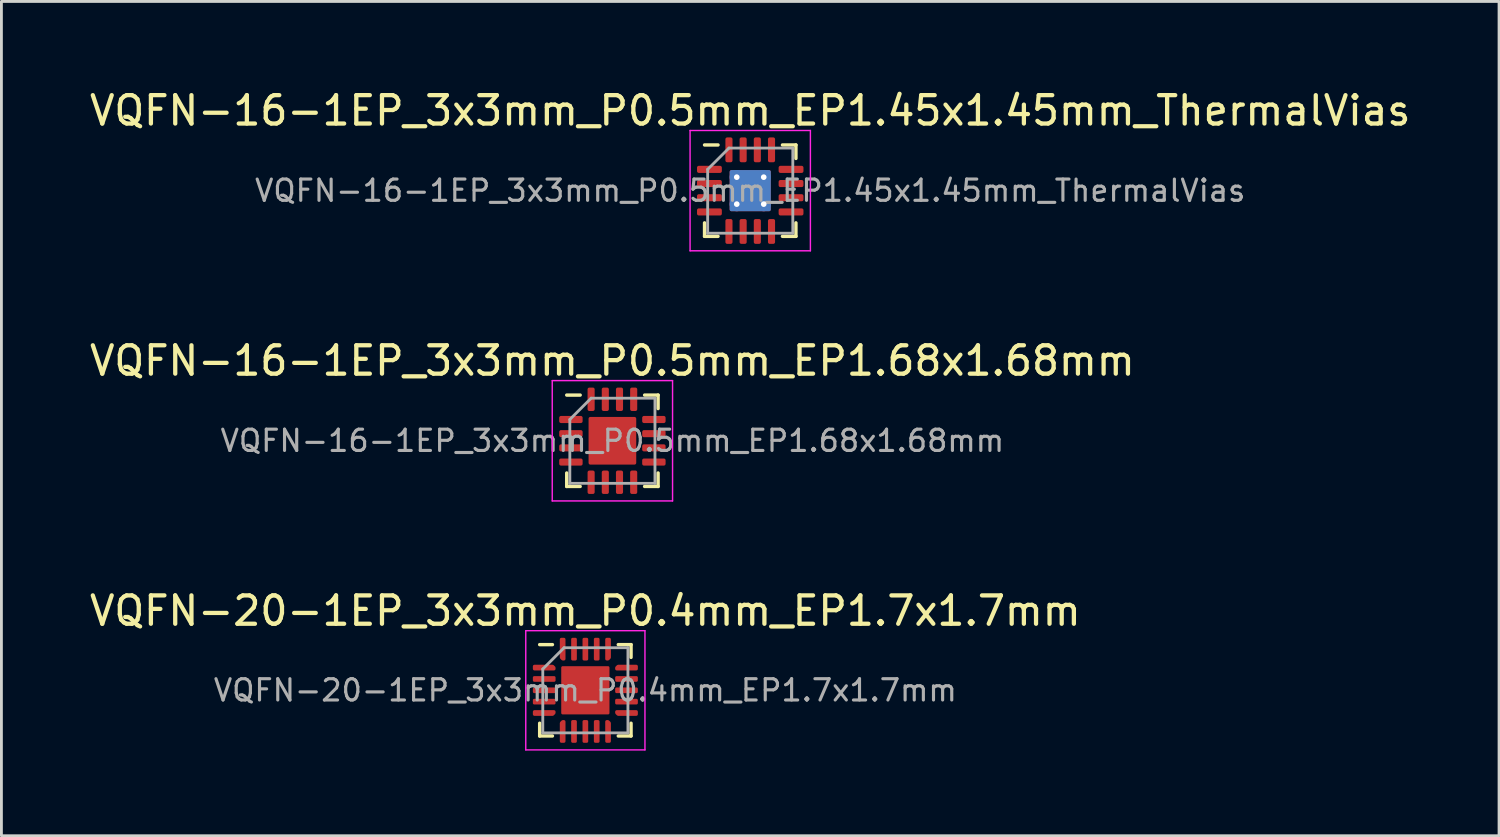
<source format=kicad_pcb>
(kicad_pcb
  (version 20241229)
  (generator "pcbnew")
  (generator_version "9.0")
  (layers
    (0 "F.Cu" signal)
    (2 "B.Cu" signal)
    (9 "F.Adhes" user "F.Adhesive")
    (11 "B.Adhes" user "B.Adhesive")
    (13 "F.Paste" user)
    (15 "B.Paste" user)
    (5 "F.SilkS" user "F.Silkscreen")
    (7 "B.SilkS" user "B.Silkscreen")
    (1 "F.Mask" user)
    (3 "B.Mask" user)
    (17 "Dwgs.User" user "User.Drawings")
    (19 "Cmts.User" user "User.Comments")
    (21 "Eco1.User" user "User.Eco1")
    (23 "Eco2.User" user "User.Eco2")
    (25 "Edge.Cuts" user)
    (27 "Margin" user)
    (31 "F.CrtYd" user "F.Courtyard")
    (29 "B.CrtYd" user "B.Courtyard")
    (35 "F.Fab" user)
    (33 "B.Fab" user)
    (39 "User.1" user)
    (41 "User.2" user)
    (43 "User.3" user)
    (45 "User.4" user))
  (footprint "VQFN-16-1EP_3x3mm_P0.5mm_EP1.45x1.45mm_ThermalVias"
    (layer "F.Cu")
    (at 23.387 3.668)
    (property "Reference" "VQFN-16-1EP_3x3mm_P0.5mm_EP1.45x1.45mm_ThermalVias" (at 0 -2.82 0) (layer "F.SilkS") (effects (font (size 1 1) (thickness 0.15))))
    (attr smd)
    (fp_line (start -1.61 1.61) (end -1.61 1.135) (stroke (width 0.12) (type solid)) (layer "F.SilkS"))
    (fp_line (start -1.135 -1.61) (end -1.61 -1.61) (stroke (width 0.12) (type solid)) (layer "F.SilkS"))
    (fp_line (start -1.135 1.61) (end -1.61 1.61) (stroke (width 0.12) (type solid)) (layer "F.SilkS"))
    (fp_line (start 1.135 -1.61) (end 1.61 -1.61) (stroke (width 0.12) (type solid)) (layer "F.SilkS"))
    (fp_line (start 1.135 1.61) (end 1.61 1.61) (stroke (width 0.12) (type solid)) (layer "F.SilkS"))
    (fp_line (start 1.61 -1.61) (end 1.61 -1.135) (stroke (width 0.12) (type solid)) (layer "F.SilkS"))
    (fp_line (start 1.61 1.61) (end 1.61 1.135) (stroke (width 0.12) (type solid)) (layer "F.SilkS"))
    (fp_line (start -2.12 -2.12) (end -2.12 2.12) (stroke (width 0.05) (type solid)) (layer "F.CrtYd"))
    (fp_line (start -2.12 2.12) (end 2.12 2.12) (stroke (width 0.05) (type solid)) (layer "F.CrtYd"))
    (fp_line (start 2.12 -2.12) (end -2.12 -2.12) (stroke (width 0.05) (type solid)) (layer "F.CrtYd"))
    (fp_line (start 2.12 2.12) (end 2.12 -2.12) (stroke (width 0.05) (type solid)) (layer "F.CrtYd"))
    (fp_line (start -1.5 -0.75) (end -0.75 -1.5) (stroke (width 0.1) (type solid)) (layer "F.Fab"))
    (fp_line (start -1.5 1.5) (end -1.5 -0.75) (stroke (width 0.1) (type solid)) (layer "F.Fab"))
    (fp_line (start -0.75 -1.5) (end 1.5 -1.5) (stroke (width 0.1) (type solid)) (layer "F.Fab"))
    (fp_line (start 1.5 -1.5) (end 1.5 1.5) (stroke (width 0.1) (type solid)) (layer "F.Fab"))
    (fp_line (start 1.5 1.5) (end -1.5 1.5) (stroke (width 0.1) (type solid)) (layer "F.Fab"))
    (fp_text user "${REFERENCE}" (at 0 0 0) (layer "F.Fab") (effects (font (size 0.75 0.75) (thickness 0.11))))
    (pad "" smd roundrect (at -0.36 -0.36) (size 0.63 0.63) (layers "F.Paste") (roundrect_rratio 0.25))
    (pad "" smd roundrect (at -0.36 0.36) (size 0.63 0.63) (layers "F.Paste") (roundrect_rratio 0.25))
    (pad "" smd roundrect (at 0.36 -0.36) (size 0.63 0.63) (layers "F.Paste") (roundrect_rratio 0.25))
    (pad "" smd roundrect (at 0.36 0.36) (size 0.63 0.63) (layers "F.Paste") (roundrect_rratio 0.25))
    (pad "1" smd roundrect (at -1.438 -0.75) (size 0.875 0.25) (layers "F.Cu" "F.Mask" "F.Paste") (roundrect_rratio 0.25))
    (pad "2" smd roundrect (at -1.438 -0.25) (size 0.875 0.25) (layers "F.Cu" "F.Mask" "F.Paste") (roundrect_rratio 0.25))
    (pad "3" smd roundrect (at -1.438 0.25) (size 0.875 0.25) (layers "F.Cu" "F.Mask" "F.Paste") (roundrect_rratio 0.25))
    (pad "4" smd roundrect (at -1.438 0.75) (size 0.875 0.25) (layers "F.Cu" "F.Mask" "F.Paste") (roundrect_rratio 0.25))
    (pad "5" smd roundrect (at -0.75 1.438) (size 0.25 0.875) (layers "F.Cu" "F.Mask" "F.Paste") (roundrect_rratio 0.25))
    (pad "6" smd roundrect (at -0.25 1.438) (size 0.25 0.875) (layers "F.Cu" "F.Mask" "F.Paste") (roundrect_rratio 0.25))
    (pad "7" smd roundrect (at 0.25 1.438) (size 0.25 0.875) (layers "F.Cu" "F.Mask" "F.Paste") (roundrect_rratio 0.25))
    (pad "8" smd roundrect (at 0.75 1.438) (size 0.25 0.875) (layers "F.Cu" "F.Mask" "F.Paste") (roundrect_rratio 0.25))
    (pad "9" smd roundrect (at 1.438 0.75) (size 0.875 0.25) (layers "F.Cu" "F.Mask" "F.Paste") (roundrect_rratio 0.25))
    (pad "10" smd roundrect (at 1.438 0.25) (size 0.875 0.25) (layers "F.Cu" "F.Mask" "F.Paste") (roundrect_rratio 0.25))
    (pad "11" smd roundrect (at 1.438 -0.25) (size 0.875 0.25) (layers "F.Cu" "F.Mask" "F.Paste") (roundrect_rratio 0.25))
    (pad "12" smd roundrect (at 1.438 -0.75) (size 0.875 0.25) (layers "F.Cu" "F.Mask" "F.Paste") (roundrect_rratio 0.25))
    (pad "13" smd roundrect (at 0.75 -1.438) (size 0.25 0.875) (layers "F.Cu" "F.Mask" "F.Paste") (roundrect_rratio 0.25))
    (pad "14" smd roundrect (at 0.25 -1.438) (size 0.25 0.875) (layers "F.Cu" "F.Mask" "F.Paste") (roundrect_rratio 0.25))
    (pad "15" smd roundrect (at -0.25 -1.438) (size 0.25 0.875) (layers "F.Cu" "F.Mask" "F.Paste") (roundrect_rratio 0.25))
    (pad "16" smd roundrect (at -0.75 -1.438) (size 0.25 0.875) (layers "F.Cu" "F.Mask" "F.Paste") (roundrect_rratio 0.25))
    (pad "17" thru_hole circle (at -0.475 -0.475) (size 0.5 0.5) (drill 0.2) (layers "*.Cu"))
    (pad "17" thru_hole circle (at -0.475 0.475) (size 0.5 0.5) (drill 0.2) (layers "*.Cu"))
    (pad "17" smd roundrect (at 0 0) (size 1.45 1.45) (layers "F.Cu" "F.Mask") (roundrect_rratio 0.043))
    (pad "17" smd roundrect (at 0 0) (size 1.45 1.45) (layers "B.Cu") (roundrect_rratio 0.043))
    (pad "17" thru_hole circle (at 0.475 -0.475) (size 0.5 0.5) (drill 0.2) (layers "*.Cu"))
    (pad "17" thru_hole circle (at 0.475 0.475) (size 0.5 0.5) (drill 0.2) (layers "*.Cu")))
  (footprint "VQFN-16-1EP_3x3mm_P0.5mm_EP1.68x1.68mm"
    (layer "F.Cu")
    (at 18.53 12.482)
    (property "Reference" "VQFN-16-1EP_3x3mm_P0.5mm_EP1.68x1.68mm" (at 0 -2.82 0) (layer "F.SilkS") (effects (font (size 1 1) (thickness 0.15))))
    (attr smd)
    (fp_line (start -1.61 1.61) (end -1.61 1.135) (stroke (width 0.12) (type solid)) (layer "F.SilkS"))
    (fp_line (start -1.135 -1.61) (end -1.61 -1.61) (stroke (width 0.12) (type solid)) (layer "F.SilkS"))
    (fp_line (start -1.135 1.61) (end -1.61 1.61) (stroke (width 0.12) (type solid)) (layer "F.SilkS"))
    (fp_line (start 1.135 -1.61) (end 1.61 -1.61) (stroke (width 0.12) (type solid)) (layer "F.SilkS"))
    (fp_line (start 1.135 1.61) (end 1.61 1.61) (stroke (width 0.12) (type solid)) (layer "F.SilkS"))
    (fp_line (start 1.61 -1.61) (end 1.61 -1.135) (stroke (width 0.12) (type solid)) (layer "F.SilkS"))
    (fp_line (start 1.61 1.61) (end 1.61 1.135) (stroke (width 0.12) (type solid)) (layer "F.SilkS"))
    (fp_line (start -2.12 -2.12) (end -2.12 2.12) (stroke (width 0.05) (type solid)) (layer "F.CrtYd"))
    (fp_line (start -2.12 2.12) (end 2.12 2.12) (stroke (width 0.05) (type solid)) (layer "F.CrtYd"))
    (fp_line (start 2.12 -2.12) (end -2.12 -2.12) (stroke (width 0.05) (type solid)) (layer "F.CrtYd"))
    (fp_line (start 2.12 2.12) (end 2.12 -2.12) (stroke (width 0.05) (type solid)) (layer "F.CrtYd"))
    (fp_line (start -1.5 -0.75) (end -0.75 -1.5) (stroke (width 0.1) (type solid)) (layer "F.Fab"))
    (fp_line (start -1.5 1.5) (end -1.5 -0.75) (stroke (width 0.1) (type solid)) (layer "F.Fab"))
    (fp_line (start -0.75 -1.5) (end 1.5 -1.5) (stroke (width 0.1) (type solid)) (layer "F.Fab"))
    (fp_line (start 1.5 -1.5) (end 1.5 1.5) (stroke (width 0.1) (type solid)) (layer "F.Fab"))
    (fp_line (start 1.5 1.5) (end -1.5 1.5) (stroke (width 0.1) (type solid)) (layer "F.Fab"))
    (fp_text user "${REFERENCE}" (at 0 0 0) (layer "F.Fab") (effects (font (size 0.75 0.75) (thickness 0.11))))
    (pad "" smd roundrect (at -0.42 -0.42) (size 0.68 0.68) (layers "F.Paste") (roundrect_rratio 0.25))
    (pad "" smd roundrect (at -0.42 0.42) (size 0.68 0.68) (layers "F.Paste") (roundrect_rratio 0.25))
    (pad "" smd roundrect (at 0.42 -0.42) (size 0.68 0.68) (layers "F.Paste") (roundrect_rratio 0.25))
    (pad "" smd roundrect (at 0.42 0.42) (size 0.68 0.68) (layers "F.Paste") (roundrect_rratio 0.25))
    (pad "1" smd roundrect (at -1.462 -0.75) (size 0.825 0.25) (layers "F.Cu" "F.Mask" "F.Paste") (roundrect_rratio 0.25))
    (pad "2" smd roundrect (at -1.462 -0.25) (size 0.825 0.25) (layers "F.Cu" "F.Mask" "F.Paste") (roundrect_rratio 0.25))
    (pad "3" smd roundrect (at -1.462 0.25) (size 0.825 0.25) (layers "F.Cu" "F.Mask" "F.Paste") (roundrect_rratio 0.25))
    (pad "4" smd roundrect (at -1.462 0.75) (size 0.825 0.25) (layers "F.Cu" "F.Mask" "F.Paste") (roundrect_rratio 0.25))
    (pad "5" smd roundrect (at -0.75 1.462) (size 0.25 0.825) (layers "F.Cu" "F.Mask" "F.Paste") (roundrect_rratio 0.25))
    (pad "6" smd roundrect (at -0.25 1.462) (size 0.25 0.825) (layers "F.Cu" "F.Mask" "F.Paste") (roundrect_rratio 0.25))
    (pad "7" smd roundrect (at 0.25 1.462) (size 0.25 0.825) (layers "F.Cu" "F.Mask" "F.Paste") (roundrect_rratio 0.25))
    (pad "8" smd roundrect (at 0.75 1.462) (size 0.25 0.825) (layers "F.Cu" "F.Mask" "F.Paste") (roundrect_rratio 0.25))
    (pad "9" smd roundrect (at 1.462 0.75) (size 0.825 0.25) (layers "F.Cu" "F.Mask" "F.Paste") (roundrect_rratio 0.25))
    (pad "10" smd roundrect (at 1.462 0.25) (size 0.825 0.25) (layers "F.Cu" "F.Mask" "F.Paste") (roundrect_rratio 0.25))
    (pad "11" smd roundrect (at 1.462 -0.25) (size 0.825 0.25) (layers "F.Cu" "F.Mask" "F.Paste") (roundrect_rratio 0.25))
    (pad "12" smd roundrect (at 1.462 -0.75) (size 0.825 0.25) (layers "F.Cu" "F.Mask" "F.Paste") (roundrect_rratio 0.25))
    (pad "13" smd roundrect (at 0.75 -1.462) (size 0.25 0.825) (layers "F.Cu" "F.Mask" "F.Paste") (roundrect_rratio 0.25))
    (pad "14" smd roundrect (at 0.25 -1.462) (size 0.25 0.825) (layers "F.Cu" "F.Mask" "F.Paste") (roundrect_rratio 0.25))
    (pad "15" smd roundrect (at -0.25 -1.462) (size 0.25 0.825) (layers "F.Cu" "F.Mask" "F.Paste") (roundrect_rratio 0.25))
    (pad "16" smd roundrect (at -0.75 -1.462) (size 0.25 0.825) (layers "F.Cu" "F.Mask" "F.Paste") (roundrect_rratio 0.25))
    (pad "17" smd roundrect (at 0 0) (size 1.68 1.68) (layers "F.Cu" "F.Mask") (roundrect_rratio 0.037)))
  (footprint "VQFN-20-1EP_3x3mm_P0.4mm_EP1.7x1.7mm"
    (layer "F.Cu")
    (at 17.577 21.275)
    (property "Reference" "VQFN-20-1EP_3x3mm_P0.4mm_EP1.7x1.7mm" (at 0 -2.8 0) (layer "F.SilkS") (effects (font (size 1 1) (thickness 0.15))))
    (attr smd)
    (fp_line (start -1.61 1.61) (end -1.61 1.16) (stroke (width 0.12) (type solid)) (layer "F.SilkS"))
    (fp_line (start -1.16 -1.61) (end -1.61 -1.61) (stroke (width 0.12) (type solid)) (layer "F.SilkS"))
    (fp_line (start -1.16 1.61) (end -1.61 1.61) (stroke (width 0.12) (type solid)) (layer "F.SilkS"))
    (fp_line (start 1.16 -1.61) (end 1.61 -1.61) (stroke (width 0.12) (type solid)) (layer "F.SilkS"))
    (fp_line (start 1.16 1.61) (end 1.61 1.61) (stroke (width 0.12) (type solid)) (layer "F.SilkS"))
    (fp_line (start 1.61 -1.61) (end 1.61 -1.16) (stroke (width 0.12) (type solid)) (layer "F.SilkS"))
    (fp_line (start 1.61 1.61) (end 1.61 1.16) (stroke (width 0.12) (type solid)) (layer "F.SilkS"))
    (fp_line (start -2.1 -2.1) (end -2.1 2.1) (stroke (width 0.05) (type solid)) (layer "F.CrtYd"))
    (fp_line (start -2.1 2.1) (end 2.1 2.1) (stroke (width 0.05) (type solid)) (layer "F.CrtYd"))
    (fp_line (start 2.1 -2.1) (end -2.1 -2.1) (stroke (width 0.05) (type solid)) (layer "F.CrtYd"))
    (fp_line (start 2.1 2.1) (end 2.1 -2.1) (stroke (width 0.05) (type solid)) (layer "F.CrtYd"))
    (fp_line (start -1.5 -0.75) (end -0.75 -1.5) (stroke (width 0.1) (type solid)) (layer "F.Fab"))
    (fp_line (start -1.5 1.5) (end -1.5 -0.75) (stroke (width 0.1) (type solid)) (layer "F.Fab"))
    (fp_line (start -0.75 -1.5) (end 1.5 -1.5) (stroke (width 0.1) (type solid)) (layer "F.Fab"))
    (fp_line (start 1.5 -1.5) (end 1.5 1.5) (stroke (width 0.1) (type solid)) (layer "F.Fab"))
    (fp_line (start 1.5 1.5) (end -1.5 1.5) (stroke (width 0.1) (type solid)) (layer "F.Fab"))
    (fp_text user "${REFERENCE}" (at 0 0 0) (layer "F.Fab") (effects (font (size 0.75 0.75) (thickness 0.11))))
    (pad "" smd roundrect (at -0.425 -0.425) (size 0.69 0.69) (layers "F.Paste") (roundrect_rratio 0.25))
    (pad "" smd roundrect (at -0.425 0.425) (size 0.69 0.69) (layers "F.Paste") (roundrect_rratio 0.25))
    (pad "" smd roundrect (at 0.425 -0.425) (size 0.69 0.69) (layers "F.Paste") (roundrect_rratio 0.25))
    (pad "" smd roundrect (at 0.425 0.425) (size 0.69 0.69) (layers "F.Paste") (roundrect_rratio 0.25))
    (pad "1" smd custom (at -1.45 -0.8) (size 0.143 0.143) (layers "F.Cu" "F.Mask" "F.Paste") (options (anchor circle)) (primitives (gr_poly (pts (xy -0.35 -0.05) (xy 0.299 -0.05) (xy 0.35 0.001) (xy 0.35 0.05) (xy -0.35 0.05)) (width 0.1) (fill yes))))
    (pad "2" smd roundrect (at -1.45 -0.4) (size 0.8 0.2) (layers "F.Cu" "F.Mask" "F.Paste") (roundrect_rratio 0.25))
    (pad "3" smd roundrect (at -1.45 0) (size 0.8 0.2) (layers "F.Cu" "F.Mask" "F.Paste") (roundrect_rratio 0.25))
    (pad "4" smd roundrect (at -1.45 0.4) (size 0.8 0.2) (layers "F.Cu" "F.Mask" "F.Paste") (roundrect_rratio 0.25))
    (pad "5" smd custom (at -1.45 0.8) (size 0.143 0.143) (layers "F.Cu" "F.Mask" "F.Paste") (options (anchor circle)) (primitives (gr_poly (pts (xy -0.35 -0.05) (xy 0.35 -0.05) (xy 0.35 -0.001) (xy 0.299 0.05) (xy -0.35 0.05)) (width 0.1) (fill yes))))
    (pad "6" smd custom (at -0.8 1.45) (size 0.143 0.143) (layers "F.Cu" "F.Mask" "F.Paste") (options (anchor circle)) (primitives (gr_poly (pts (xy -0.05 -0.299) (xy 0.001 -0.35) (xy 0.05 -0.35) (xy 0.05 0.35) (xy -0.05 0.35)) (width 0.1) (fill yes))))
    (pad "7" smd roundrect (at -0.4 1.45) (size 0.2 0.8) (layers "F.Cu" "F.Mask" "F.Paste") (roundrect_rratio 0.25))
    (pad "8" smd roundrect (at 0 1.45) (size 0.2 0.8) (layers "F.Cu" "F.Mask" "F.Paste") (roundrect_rratio 0.25))
    (pad "9" smd roundrect (at 0.4 1.45) (size 0.2 0.8) (layers "F.Cu" "F.Mask" "F.Paste") (roundrect_rratio 0.25))
    (pad "10" smd custom (at 0.8 1.45) (size 0.143 0.143) (layers "F.Cu" "F.Mask" "F.Paste") (options (anchor circle)) (primitives (gr_poly (pts (xy -0.05 -0.35) (xy -0.001 -0.35) (xy 0.05 -0.299) (xy 0.05 0.35) (xy -0.05 0.35)) (width 0.1) (fill yes))))
    (pad "11" smd custom (at 1.45 0.8) (size 0.143 0.143) (layers "F.Cu" "F.Mask" "F.Paste") (options (anchor circle)) (primitives (gr_poly (pts (xy -0.35 -0.05) (xy 0.35 -0.05) (xy 0.35 0.05) (xy -0.299 0.05) (xy -0.35 -0.001)) (width 0.1) (fill yes))))
    (pad "12" smd roundrect (at 1.45 0.4) (size 0.8 0.2) (layers "F.Cu" "F.Mask" "F.Paste") (roundrect_rratio 0.25))
    (pad "13" smd roundrect (at 1.45 0) (size 0.8 0.2) (layers "F.Cu" "F.Mask" "F.Paste") (roundrect_rratio 0.25))
    (pad "14" smd roundrect (at 1.45 -0.4) (size 0.8 0.2) (layers "F.Cu" "F.Mask" "F.Paste") (roundrect_rratio 0.25))
    (pad "15" smd custom (at 1.45 -0.8) (size 0.143 0.143) (layers "F.Cu" "F.Mask" "F.Paste") (options (anchor circle)) (primitives (gr_poly (pts (xy -0.35 0.001) (xy -0.299 -0.05) (xy 0.35 -0.05) (xy 0.35 0.05) (xy -0.35 0.05)) (width 0.1) (fill yes))))
    (pad "16" smd custom (at 0.8 -1.45) (size 0.143 0.143) (layers "F.Cu" "F.Mask" "F.Paste") (options (anchor circle)) (primitives (gr_poly (pts (xy -0.05 -0.35) (xy 0.05 -0.35) (xy 0.05 0.299) (xy -0.001 0.35) (xy -0.05 0.35)) (width 0.1) (fill yes))))
    (pad "17" smd roundrect (at 0.4 -1.45) (size 0.2 0.8) (layers "F.Cu" "F.Mask" "F.Paste") (roundrect_rratio 0.25))
    (pad "18" smd roundrect (at 0 -1.45) (size 0.2 0.8) (layers "F.Cu" "F.Mask" "F.Paste") (roundrect_rratio 0.25))
    (pad "19" smd roundrect (at -0.4 -1.45) (size 0.2 0.8) (layers "F.Cu" "F.Mask" "F.Paste") (roundrect_rratio 0.25))
    (pad "20" smd custom (at -0.8 -1.45) (size 0.143 0.143) (layers "F.Cu" "F.Mask" "F.Paste") (options (anchor circle)) (primitives (gr_poly (pts (xy -0.05 -0.35) (xy 0.05 -0.35) (xy 0.05 0.35) (xy 0.001 0.35) (xy -0.05 0.299)) (width 0.1) (fill yes))))
    (pad "21" smd roundrect (at 0 0) (size 1.7 1.7) (layers "F.Cu" "F.Mask") (roundrect_rratio 0.029)))
  (gr_rect
    (start -3 -3)
    (end 49.774 26.4)
    (stroke (width 0.1) (type default))
    (fill no)
    (layer "Edge.Cuts")))
</source>
